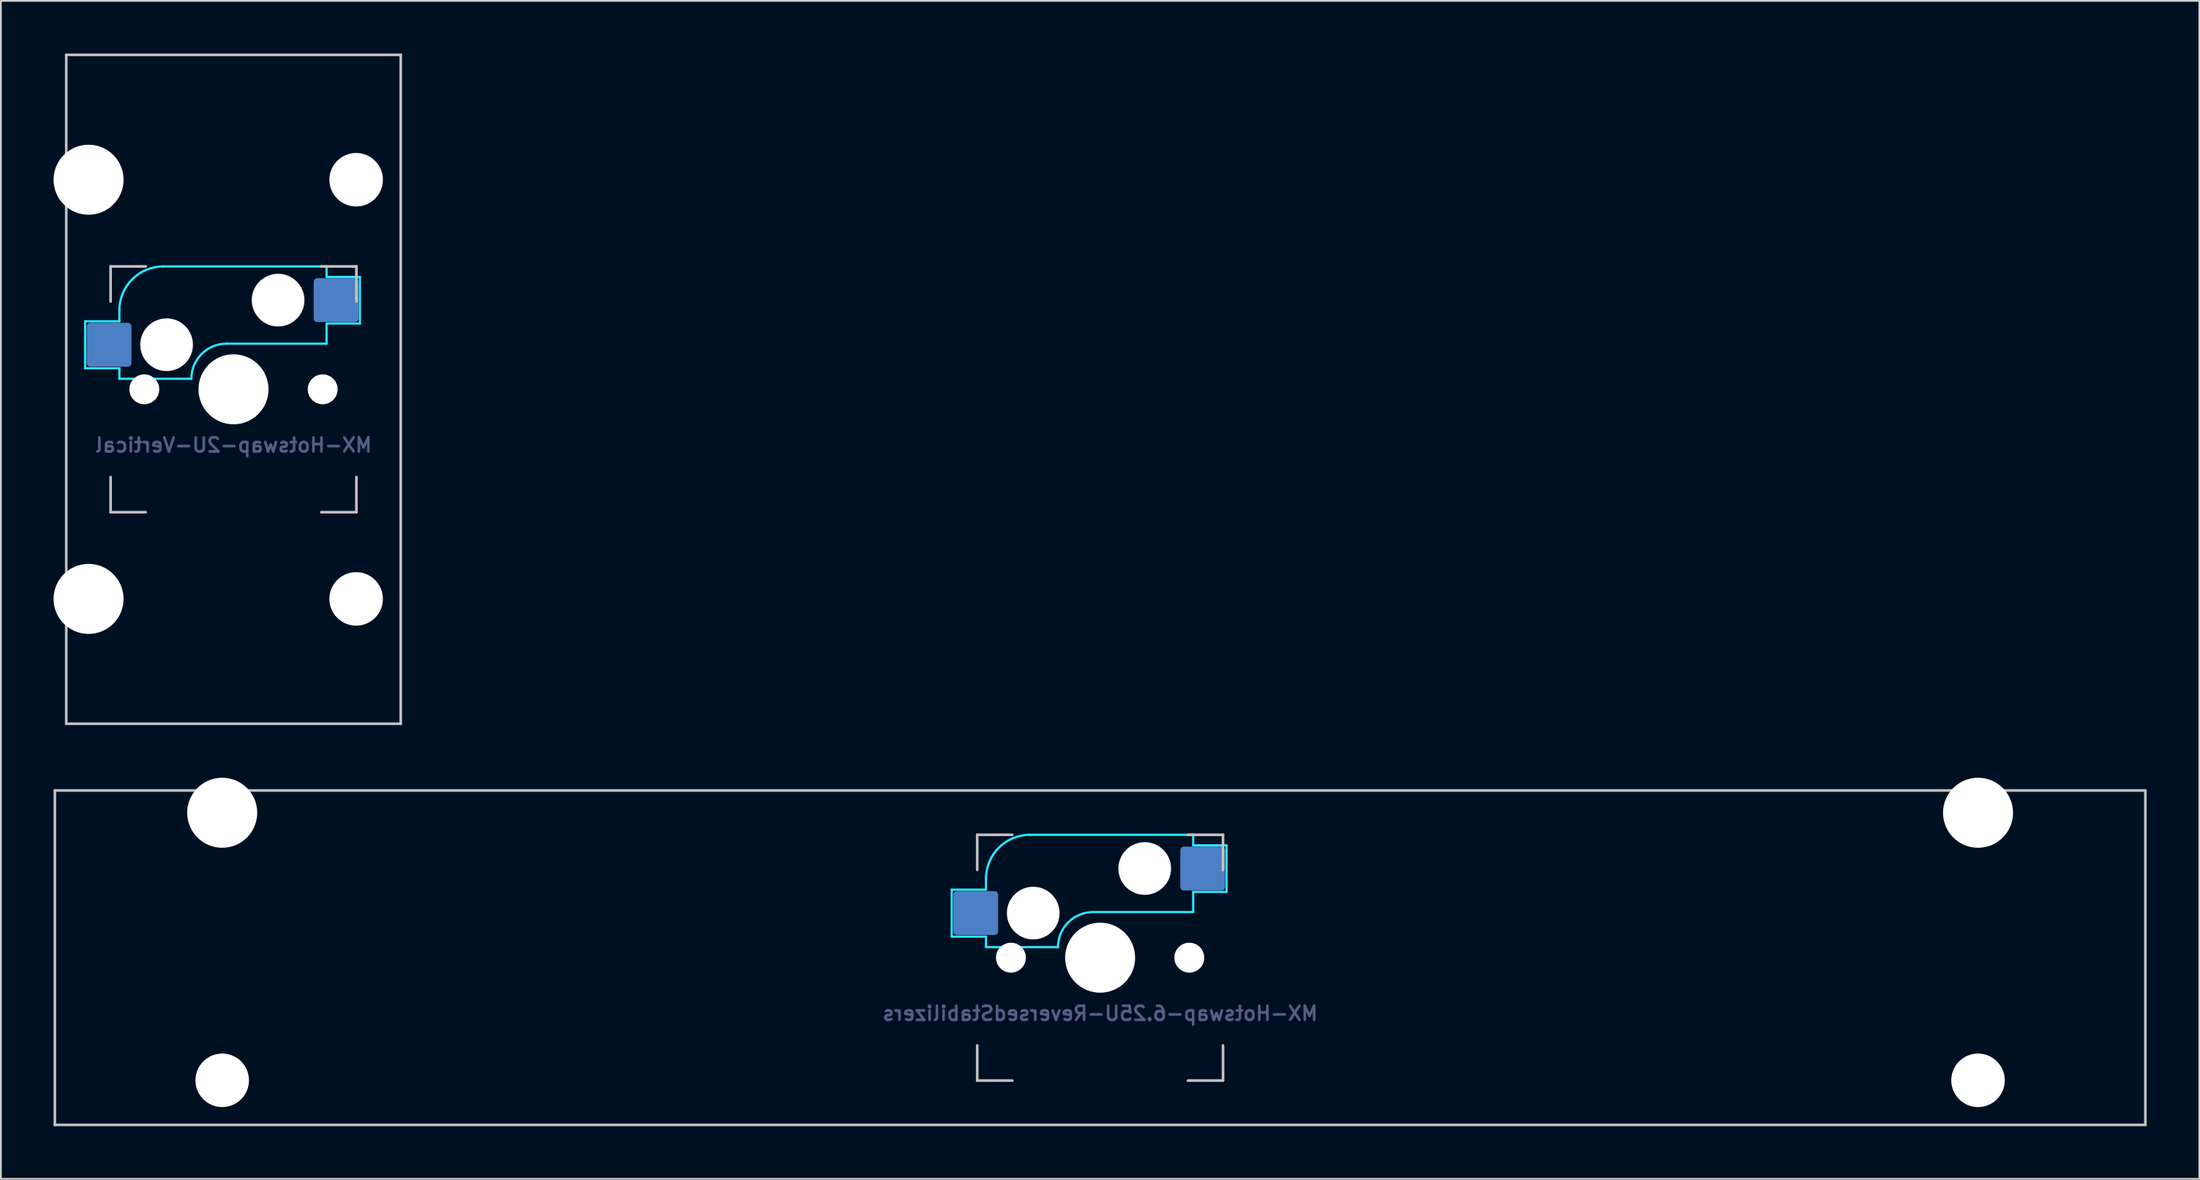
<source format=kicad_pcb>
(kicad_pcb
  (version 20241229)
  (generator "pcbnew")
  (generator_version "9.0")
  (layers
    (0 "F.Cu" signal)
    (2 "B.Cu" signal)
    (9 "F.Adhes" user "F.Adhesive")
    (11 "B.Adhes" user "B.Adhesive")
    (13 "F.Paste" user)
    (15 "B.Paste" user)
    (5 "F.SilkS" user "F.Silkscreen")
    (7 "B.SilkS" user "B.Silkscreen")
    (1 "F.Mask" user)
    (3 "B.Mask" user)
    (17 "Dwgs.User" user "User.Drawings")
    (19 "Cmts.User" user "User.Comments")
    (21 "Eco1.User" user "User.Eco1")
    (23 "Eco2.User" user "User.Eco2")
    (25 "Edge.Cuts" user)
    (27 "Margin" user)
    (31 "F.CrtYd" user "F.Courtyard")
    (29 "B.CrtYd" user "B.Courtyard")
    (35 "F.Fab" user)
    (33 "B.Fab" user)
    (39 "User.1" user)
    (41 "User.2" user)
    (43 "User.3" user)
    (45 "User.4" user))
  (footprint "MX-Hotswap-2U-Vertical"
    (layer "F.Cu")
    (at 10.249 19.125)
    (property "Reference" "MX-Hotswap-2U-Vertical" (at 0 3.175 0) (layer "B.Fab") (effects (font (size 0.8 0.8) (thickness 0.15)) (justify mirror)))
    (attr smd)
    (fp_line (start -9.525 19.05) (end -9.525 -19.05) (stroke (width 0.15) (type solid)) (layer "Dwgs.User"))
    (fp_line (start -7 -7) (end -7 -5) (stroke (width 0.15) (type solid)) (layer "Dwgs.User"))
    (fp_line (start -7 5) (end -7 7) (stroke (width 0.15) (type solid)) (layer "Dwgs.User"))
    (fp_line (start -7 7) (end -5 7) (stroke (width 0.15) (type solid)) (layer "Dwgs.User"))
    (fp_line (start -5 -7) (end -7 -7) (stroke (width 0.15) (type solid)) (layer "Dwgs.User"))
    (fp_line (start 5 -7) (end 7 -7) (stroke (width 0.15) (type solid)) (layer "Dwgs.User"))
    (fp_line (start 5 7) (end 7 7) (stroke (width 0.15) (type solid)) (layer "Dwgs.User"))
    (fp_line (start 7 -7) (end 7 -5) (stroke (width 0.15) (type solid)) (layer "Dwgs.User"))
    (fp_line (start 7 7) (end 7 5) (stroke (width 0.15) (type solid)) (layer "Dwgs.User"))
    (fp_line (start 9.525 -19.05) (end -9.525 -19.05) (stroke (width 0.15) (type solid)) (layer "Dwgs.User"))
    (fp_line (start 9.525 19.05) (end -9.525 19.05) (stroke (width 0.15) (type solid)) (layer "Dwgs.User"))
    (fp_line (start 9.525 19.05) (end 9.525 -19.05) (stroke (width 0.15) (type solid)) (layer "Dwgs.User"))
    (fp_line (start -8.45 -3.875) (end -8.45 -1.2) (stroke (width 0.127) (type solid)) (layer "B.CrtYd"))
    (fp_line (start -8.45 -1.2) (end -6.5 -1.2) (stroke (width 0.127) (type solid)) (layer "B.CrtYd"))
    (fp_line (start -6.5 -4.5) (end -6.5 -3.875) (stroke (width 0.127) (type solid)) (layer "B.CrtYd"))
    (fp_line (start -6.5 -3.875) (end -8.45 -3.875) (stroke (width 0.127) (type solid)) (layer "B.CrtYd"))
    (fp_line (start -6.5 -0.6) (end -6.5 -1.2) (stroke (width 0.127) (type solid)) (layer "B.CrtYd"))
    (fp_line (start -6.5 -0.6) (end -2.4 -0.6) (stroke (width 0.127) (type solid)) (layer "B.CrtYd"))
    (fp_line (start -0.4 -2.6) (end 5.3 -2.6) (stroke (width 0.127) (type solid)) (layer "B.CrtYd"))
    (fp_line (start 5.3 -7) (end -4 -7) (stroke (width 0.127) (type solid)) (layer "B.CrtYd"))
    (fp_line (start 5.3 -7) (end 5.3 -6.4) (stroke (width 0.127) (type solid)) (layer "B.CrtYd"))
    (fp_line (start 5.3 -6.4) (end 7.2 -6.4) (stroke (width 0.127) (type solid)) (layer "B.CrtYd"))
    (fp_line (start 5.3 -2.6) (end 5.3 -3.75) (stroke (width 0.127) (type solid)) (layer "B.CrtYd"))
    (fp_line (start 7.2 -6.4) (end 7.2 -3.75) (stroke (width 0.127) (type solid)) (layer "B.CrtYd"))
    (fp_line (start 7.2 -3.75) (end 5.3 -3.75) (stroke (width 0.127) (type solid)) (layer "B.CrtYd"))
    (fp_arc (start -6.5 -4.5) (mid -5.767767 -6.267767) (end -4 -7) (stroke (width 0.127) (type solid)) (layer "B.CrtYd"))
    (fp_arc (start -2.4 -0.6) (mid -1.814214 -2.014214) (end -0.4 -2.6) (stroke (width 0.127) (type solid)) (layer "B.CrtYd"))
    (pad "" np_thru_hole circle (at -8.255 -11.938) (size 3.988 3.988) (drill 3.988) (layers "*.Cu" "*.Mask"))
    (pad "" np_thru_hole circle (at -8.255 11.938) (size 3.988 3.988) (drill 3.988) (layers "*.Cu" "*.Mask"))
    (pad "" np_thru_hole circle (at -5.08 0 48.099) (size 1.702 1.702) (drill 1.702) (layers "*.Cu" "*.Mask"))
    (pad "" np_thru_hole circle (at -3.81 -2.54) (size 3 3) (drill 3) (layers "*.Cu" "*.Mask"))
    (pad "" np_thru_hole circle (at 0 0) (size 3.988 3.988) (drill 3.988) (layers "*.Cu" "*.Mask"))
    (pad "" np_thru_hole circle (at 2.54 -5.08) (size 3 3) (drill 3) (layers "*.Cu" "*.Mask"))
    (pad "" np_thru_hole circle (at 5.08 0 48.099) (size 1.702 1.702) (drill 1.702) (layers "*.Cu" "*.Mask"))
    (pad "" np_thru_hole circle (at 6.985 -11.938) (size 3.048 3.048) (drill 3.048) (layers "*.Cu" "*.Mask"))
    (pad "" np_thru_hole circle (at 6.985 11.938) (size 3.048 3.048) (drill 3.048) (layers "*.Cu" "*.Mask"))
    (pad "1" smd roundrect (at -7.085 -2.54) (size 2.55 2.5) (layers "B.Cu" "B.Mask" "B.Paste") (roundrect_rratio 0.08))
    (pad "2" smd roundrect (at 5.842 -5.08) (size 2.55 2.5) (layers "B.Cu" "B.Mask" "B.Paste") (roundrect_rratio 0.08)))
  (footprint "MX-Hotswap-6.25U-ReversedStabilizers"
    (layer "F.Cu")
    (at 59.606 51.499)
    (property "Reference" "MX-Hotswap-6.25U-ReversedStabilizers" (at 0 3.175 0) (layer "B.Fab") (effects (font (size 0.8 0.8) (thickness 0.15)) (justify mirror)))
    (attr smd)
    (fp_line (start -59.531 9.525) (end -59.531 -9.525) (stroke (width 0.15) (type solid)) (layer "Dwgs.User"))
    (fp_line (start -7 -7) (end -7 -5) (stroke (width 0.15) (type solid)) (layer "Dwgs.User"))
    (fp_line (start -7 5) (end -7 7) (stroke (width 0.15) (type solid)) (layer "Dwgs.User"))
    (fp_line (start -7 7) (end -5 7) (stroke (width 0.15) (type solid)) (layer "Dwgs.User"))
    (fp_line (start -5 -7) (end -7 -7) (stroke (width 0.15) (type solid)) (layer "Dwgs.User"))
    (fp_line (start 5 -7) (end 7 -7) (stroke (width 0.15) (type solid)) (layer "Dwgs.User"))
    (fp_line (start 5 7) (end 7 7) (stroke (width 0.15) (type solid)) (layer "Dwgs.User"))
    (fp_line (start 7 -7) (end 7 -5) (stroke (width 0.15) (type solid)) (layer "Dwgs.User"))
    (fp_line (start 7 7) (end 7 5) (stroke (width 0.15) (type solid)) (layer "Dwgs.User"))
    (fp_line (start 59.531 -9.525) (end -59.531 -9.525) (stroke (width 0.15) (type solid)) (layer "Dwgs.User"))
    (fp_line (start 59.531 9.525) (end -59.531 9.525) (stroke (width 0.15) (type solid)) (layer "Dwgs.User"))
    (fp_line (start 59.531 9.525) (end 59.531 -9.525) (stroke (width 0.15) (type solid)) (layer "Dwgs.User"))
    (fp_line (start -8.45 -3.875) (end -8.45 -1.2) (stroke (width 0.127) (type solid)) (layer "B.CrtYd"))
    (fp_line (start -8.45 -1.2) (end -6.5 -1.2) (stroke (width 0.127) (type solid)) (layer "B.CrtYd"))
    (fp_line (start -6.5 -4.5) (end -6.5 -3.875) (stroke (width 0.127) (type solid)) (layer "B.CrtYd"))
    (fp_line (start -6.5 -3.875) (end -8.45 -3.875) (stroke (width 0.127) (type solid)) (layer "B.CrtYd"))
    (fp_line (start -6.5 -0.6) (end -6.5 -1.2) (stroke (width 0.127) (type solid)) (layer "B.CrtYd"))
    (fp_line (start -6.5 -0.6) (end -2.4 -0.6) (stroke (width 0.127) (type solid)) (layer "B.CrtYd"))
    (fp_line (start -0.4 -2.6) (end 5.3 -2.6) (stroke (width 0.127) (type solid)) (layer "B.CrtYd"))
    (fp_line (start 5.3 -7) (end -4 -7) (stroke (width 0.127) (type solid)) (layer "B.CrtYd"))
    (fp_line (start 5.3 -7) (end 5.3 -6.4) (stroke (width 0.127) (type solid)) (layer "B.CrtYd"))
    (fp_line (start 5.3 -6.4) (end 7.2 -6.4) (stroke (width 0.127) (type solid)) (layer "B.CrtYd"))
    (fp_line (start 5.3 -2.6) (end 5.3 -3.75) (stroke (width 0.127) (type solid)) (layer "B.CrtYd"))
    (fp_line (start 7.2 -6.4) (end 7.2 -3.75) (stroke (width 0.127) (type solid)) (layer "B.CrtYd"))
    (fp_line (start 7.2 -3.75) (end 5.3 -3.75) (stroke (width 0.127) (type solid)) (layer "B.CrtYd"))
    (fp_arc (start -6.5 -4.5) (mid -5.767767 -6.267767) (end -4 -7) (stroke (width 0.127) (type solid)) (layer "B.CrtYd"))
    (fp_arc (start -2.4 -0.6) (mid -1.814214 -2.014214) (end -0.4 -2.6) (stroke (width 0.127) (type solid)) (layer "B.CrtYd"))
    (pad "" np_thru_hole circle (at -50 -8.255) (size 3.988 3.988) (drill 3.988) (layers "*.Cu" "*.Mask"))
    (pad "" np_thru_hole circle (at -50 6.985) (size 3.048 3.048) (drill 3.048) (layers "*.Cu" "*.Mask"))
    (pad "" np_thru_hole circle (at -5.08 0 48.099) (size 1.702 1.702) (drill 1.702) (layers "*.Cu" "*.Mask"))
    (pad "" np_thru_hole circle (at -3.81 -2.54) (size 3 3) (drill 3) (layers "*.Cu" "*.Mask"))
    (pad "" np_thru_hole circle (at 0 0) (size 3.988 3.988) (drill 3.988) (layers "*.Cu" "*.Mask"))
    (pad "" np_thru_hole circle (at 2.54 -5.08) (size 3 3) (drill 3) (layers "*.Cu" "*.Mask"))
    (pad "" np_thru_hole circle (at 5.08 0 48.099) (size 1.702 1.702) (drill 1.702) (layers "*.Cu" "*.Mask"))
    (pad "" np_thru_hole circle (at 50 -8.255) (size 3.988 3.988) (drill 3.988) (layers "*.Cu" "*.Mask"))
    (pad "" np_thru_hole circle (at 50 6.985) (size 3.048 3.048) (drill 3.048) (layers "*.Cu" "*.Mask"))
    (pad "1" smd roundrect (at -7.085 -2.54) (size 2.55 2.5) (layers "B.Cu" "B.Mask" "B.Paste") (roundrect_rratio 0.08))
    (pad "2" smd roundrect (at 5.842 -5.08) (size 2.55 2.5) (layers "B.Cu" "B.Mask" "B.Paste") (roundrect_rratio 0.08)))
  (gr_rect
    (start -3 -3)
    (end 122.213 64.099)
    (stroke (width 0.1) (type default))
    (fill no)
    (layer "Edge.Cuts")))
</source>
